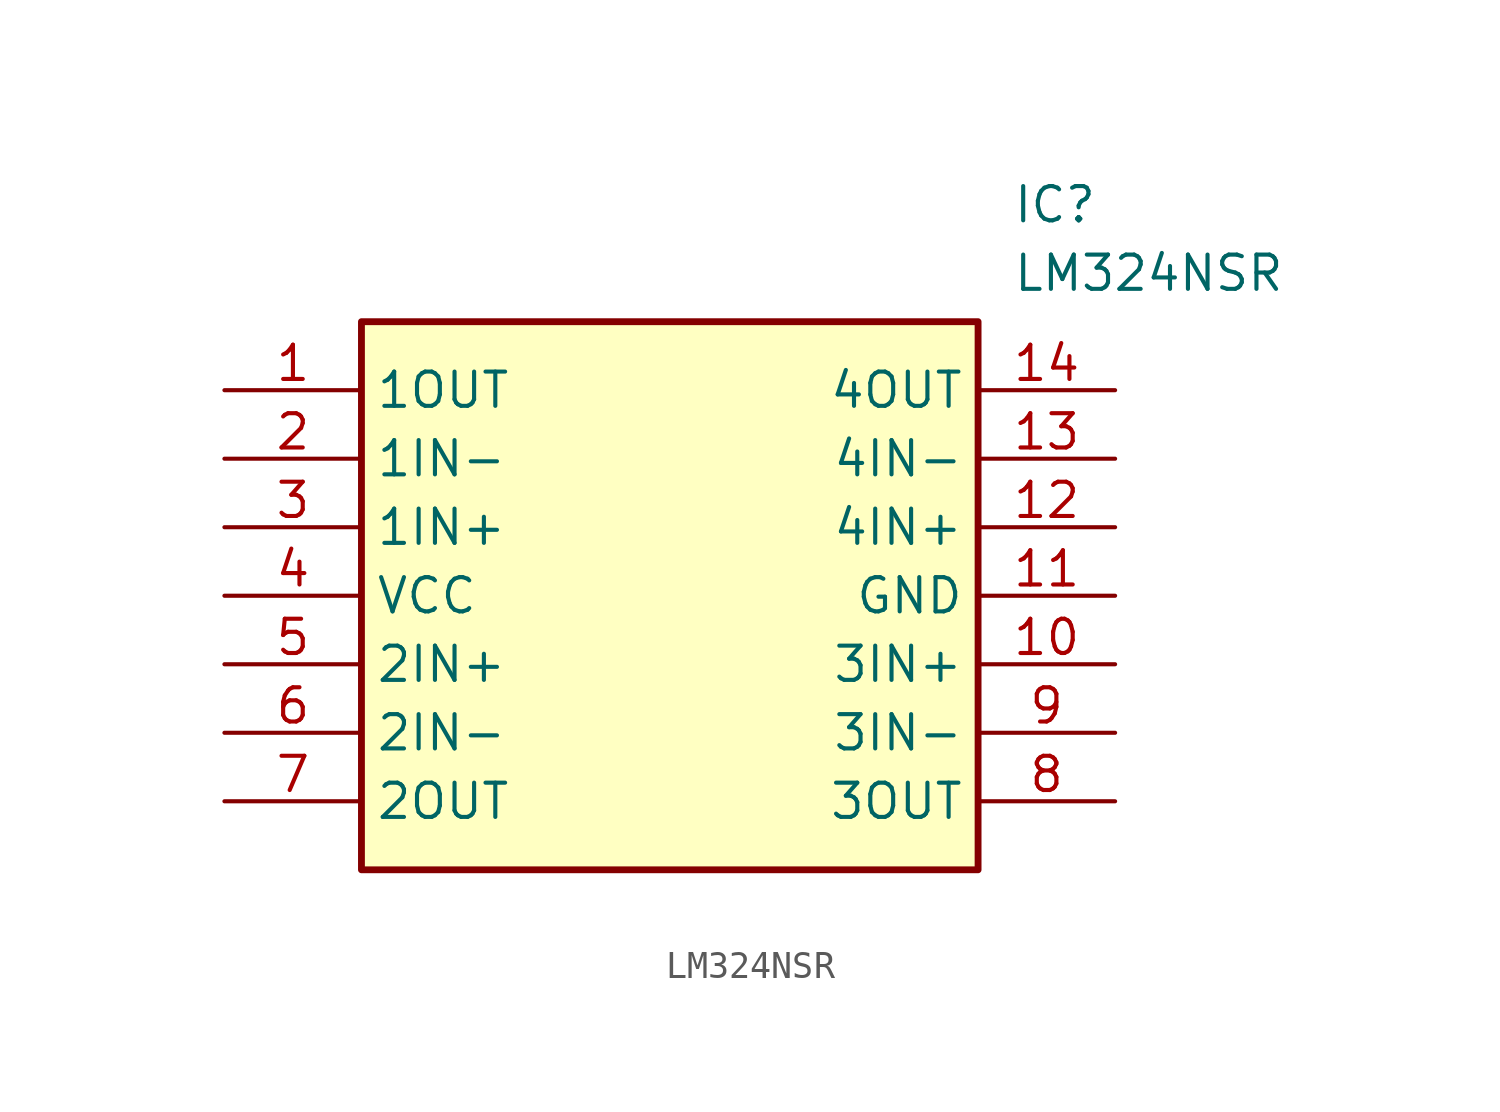
<source format=kicad_sym>
(kicad_symbol_lib
  (version 20211014)
  (generator SamacSys_ECAD_Model)
  (symbol "LM324NSR"
    (property "Reference" "IC"
      (at 29.21 7.62 0)
      (effects (font (size 1.27 1.27)) (justify left top)))
    (property "Value" "LM324NSR"
      (at 29.21 5.08 0)
      (effects (font (size 1.27 1.27)) (justify left top)))
    (rectangle
      (start 5.08 2.54)
      (end 27.94 -17.78)
      (stroke (width 0.254) (type default))
      (fill (type background)))
    (pin passive line
      (at 0 0 0)
      (length 5.08)
      (name "1OUT" (effects (font (size 1.27 1.27))))
      (number "1" (effects (font (size 1.27 1.27)))))
    (pin passive line
      (at 0 -2.54 0)
      (length 5.08)
      (name "1IN-" (effects (font (size 1.27 1.27))))
      (number "2" (effects (font (size 1.27 1.27)))))
    (pin passive line
      (at 0 -5.08 0)
      (length 5.08)
      (name "1IN+" (effects (font (size 1.27 1.27))))
      (number "3" (effects (font (size 1.27 1.27)))))
    (pin passive line
      (at 0 -7.62 0)
      (length 5.08)
      (name "VCC" (effects (font (size 1.27 1.27))))
      (number "4" (effects (font (size 1.27 1.27)))))
    (pin passive line
      (at 0 -10.16 0)
      (length 5.08)
      (name "2IN+" (effects (font (size 1.27 1.27))))
      (number "5" (effects (font (size 1.27 1.27)))))
    (pin passive line
      (at 0 -12.7 0)
      (length 5.08)
      (name "2IN-" (effects (font (size 1.27 1.27))))
      (number "6" (effects (font (size 1.27 1.27)))))
    (pin passive line
      (at 0 -15.24 0)
      (length 5.08)
      (name "2OUT" (effects (font (size 1.27 1.27))))
      (number "7" (effects (font (size 1.27 1.27)))))
    (pin passive line
      (at 33.02 0 180)
      (length 5.08)
      (name "4OUT" (effects (font (size 1.27 1.27))))
      (number "14" (effects (font (size 1.27 1.27)))))
    (pin passive line
      (at 33.02 -2.54 180)
      (length 5.08)
      (name "4IN-" (effects (font (size 1.27 1.27))))
      (number "13" (effects (font (size 1.27 1.27)))))
    (pin passive line
      (at 33.02 -5.08 180)
      (length 5.08)
      (name "4IN+" (effects (font (size 1.27 1.27))))
      (number "12" (effects (font (size 1.27 1.27)))))
    (pin passive line
      (at 33.02 -7.62 180)
      (length 5.08)
      (name "GND" (effects (font (size 1.27 1.27))))
      (number "11" (effects (font (size 1.27 1.27)))))
    (pin passive line
      (at 33.02 -10.16 180)
      (length 5.08)
      (name "3IN+" (effects (font (size 1.27 1.27))))
      (number "10" (effects (font (size 1.27 1.27)))))
    (pin passive line
      (at 33.02 -12.7 180)
      (length 5.08)
      (name "3IN-" (effects (font (size 1.27 1.27))))
      (number "9" (effects (font (size 1.27 1.27)))))
    (pin passive line
      (at 33.02 -15.24 180)
      (length 5.08)
      (name "3OUT" (effects (font (size 1.27 1.27))))
      (number "8" (effects (font (size 1.27 1.27)))))))
</source>
